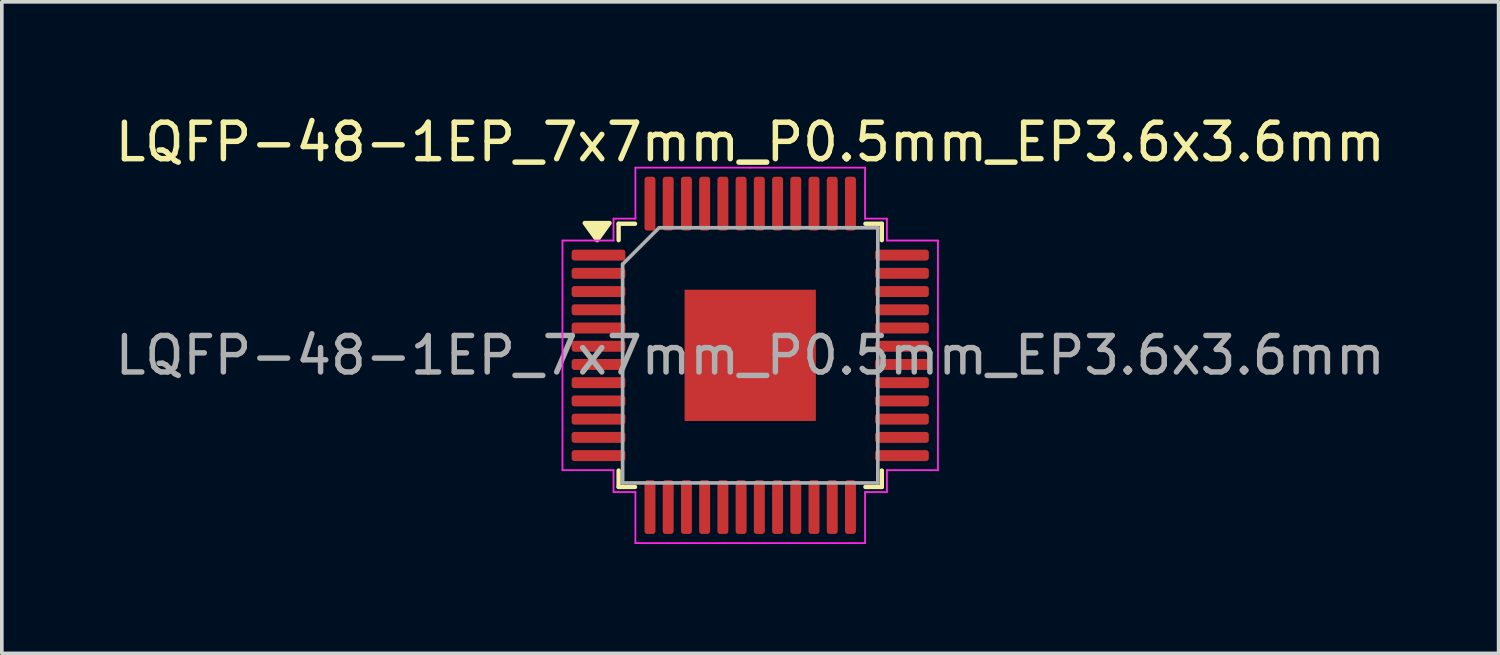
<source format=kicad_pcb>
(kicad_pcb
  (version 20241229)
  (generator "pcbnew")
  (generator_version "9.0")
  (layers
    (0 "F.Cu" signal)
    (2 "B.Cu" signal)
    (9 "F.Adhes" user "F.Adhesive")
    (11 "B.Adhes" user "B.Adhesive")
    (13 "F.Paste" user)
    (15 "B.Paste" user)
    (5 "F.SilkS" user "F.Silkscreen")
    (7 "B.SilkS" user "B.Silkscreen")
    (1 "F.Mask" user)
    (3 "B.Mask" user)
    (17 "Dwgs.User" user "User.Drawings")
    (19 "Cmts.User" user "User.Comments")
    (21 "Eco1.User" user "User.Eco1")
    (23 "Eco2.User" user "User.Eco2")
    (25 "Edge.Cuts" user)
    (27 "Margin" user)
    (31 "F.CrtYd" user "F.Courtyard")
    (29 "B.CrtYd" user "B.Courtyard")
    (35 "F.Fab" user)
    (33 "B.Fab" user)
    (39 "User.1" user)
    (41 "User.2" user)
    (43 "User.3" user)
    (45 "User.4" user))
  (footprint "LQFP-48-1EP_7x7mm_P0.5mm_EP3.6x3.6mm"
    (layer "F.Cu")
    (at 17.53 6.698)
    (property "Reference" "LQFP-48-1EP_7x7mm_P0.5mm_EP3.6x3.6mm" (at 0 -5.85 0) (layer "F.SilkS") (effects (font (size 1 1) (thickness 0.15))))
    (attr smd)
    (fp_line (start -3.61 -3.61) (end -3.61 -3.16) (stroke (width 0.12) (type solid)) (layer "F.SilkS"))
    (fp_line (start -3.61 3.61) (end -3.61 3.16) (stroke (width 0.12) (type solid)) (layer "F.SilkS"))
    (fp_line (start -3.16 -3.61) (end -3.61 -3.61) (stroke (width 0.12) (type solid)) (layer "F.SilkS"))
    (fp_line (start -3.16 3.61) (end -3.61 3.61) (stroke (width 0.12) (type solid)) (layer "F.SilkS"))
    (fp_line (start 3.16 -3.61) (end 3.61 -3.61) (stroke (width 0.12) (type solid)) (layer "F.SilkS"))
    (fp_line (start 3.16 3.61) (end 3.61 3.61) (stroke (width 0.12) (type solid)) (layer "F.SilkS"))
    (fp_line (start 3.61 -3.61) (end 3.61 -3.16) (stroke (width 0.12) (type solid)) (layer "F.SilkS"))
    (fp_line (start 3.61 3.61) (end 3.61 3.16) (stroke (width 0.12) (type solid)) (layer "F.SilkS"))
    (fp_poly (pts (xy -4.2 -3.16) (xy -4.54 -3.63) (xy -3.86 -3.63) (xy -4.2 -3.16)) (stroke (width 0.12) (type solid)) (fill yes) (layer "F.SilkS"))
    (fp_line (start -5.15 -3.15) (end -5.15 0) (stroke (width 0.05) (type solid)) (layer "F.CrtYd"))
    (fp_line (start -5.15 3.15) (end -5.15 0) (stroke (width 0.05) (type solid)) (layer "F.CrtYd"))
    (fp_line (start -3.75 -3.75) (end -3.75 -3.15) (stroke (width 0.05) (type solid)) (layer "F.CrtYd"))
    (fp_line (start -3.75 -3.15) (end -5.15 -3.15) (stroke (width 0.05) (type solid)) (layer "F.CrtYd"))
    (fp_line (start -3.75 3.15) (end -5.15 3.15) (stroke (width 0.05) (type solid)) (layer "F.CrtYd"))
    (fp_line (start -3.75 3.75) (end -3.75 3.15) (stroke (width 0.05) (type solid)) (layer "F.CrtYd"))
    (fp_line (start -3.15 -5.15) (end -3.15 -3.75) (stroke (width 0.05) (type solid)) (layer "F.CrtYd"))
    (fp_line (start -3.15 -3.75) (end -3.75 -3.75) (stroke (width 0.05) (type solid)) (layer "F.CrtYd"))
    (fp_line (start -3.15 3.75) (end -3.75 3.75) (stroke (width 0.05) (type solid)) (layer "F.CrtYd"))
    (fp_line (start -3.15 5.15) (end -3.15 3.75) (stroke (width 0.05) (type solid)) (layer "F.CrtYd"))
    (fp_line (start 0 -5.15) (end -3.15 -5.15) (stroke (width 0.05) (type solid)) (layer "F.CrtYd"))
    (fp_line (start 0 -5.15) (end 3.15 -5.15) (stroke (width 0.05) (type solid)) (layer "F.CrtYd"))
    (fp_line (start 0 5.15) (end -3.15 5.15) (stroke (width 0.05) (type solid)) (layer "F.CrtYd"))
    (fp_line (start 0 5.15) (end 3.15 5.15) (stroke (width 0.05) (type solid)) (layer "F.CrtYd"))
    (fp_line (start 3.15 -5.15) (end 3.15 -3.75) (stroke (width 0.05) (type solid)) (layer "F.CrtYd"))
    (fp_line (start 3.15 -3.75) (end 3.75 -3.75) (stroke (width 0.05) (type solid)) (layer "F.CrtYd"))
    (fp_line (start 3.15 3.75) (end 3.75 3.75) (stroke (width 0.05) (type solid)) (layer "F.CrtYd"))
    (fp_line (start 3.15 5.15) (end 3.15 3.75) (stroke (width 0.05) (type solid)) (layer "F.CrtYd"))
    (fp_line (start 3.75 -3.75) (end 3.75 -3.15) (stroke (width 0.05) (type solid)) (layer "F.CrtYd"))
    (fp_line (start 3.75 -3.15) (end 5.15 -3.15) (stroke (width 0.05) (type solid)) (layer "F.CrtYd"))
    (fp_line (start 3.75 3.15) (end 5.15 3.15) (stroke (width 0.05) (type solid)) (layer "F.CrtYd"))
    (fp_line (start 3.75 3.75) (end 3.75 3.15) (stroke (width 0.05) (type solid)) (layer "F.CrtYd"))
    (fp_line (start 5.15 -3.15) (end 5.15 0) (stroke (width 0.05) (type solid)) (layer "F.CrtYd"))
    (fp_line (start 5.15 3.15) (end 5.15 0) (stroke (width 0.05) (type solid)) (layer "F.CrtYd"))
    (fp_line (start -3.5 -2.5) (end -2.5 -3.5) (stroke (width 0.1) (type solid)) (layer "F.Fab"))
    (fp_line (start -3.5 3.5) (end -3.5 -2.5) (stroke (width 0.1) (type solid)) (layer "F.Fab"))
    (fp_line (start -2.5 -3.5) (end 3.5 -3.5) (stroke (width 0.1) (type solid)) (layer "F.Fab"))
    (fp_line (start 3.5 -3.5) (end 3.5 3.5) (stroke (width 0.1) (type solid)) (layer "F.Fab"))
    (fp_line (start 3.5 3.5) (end -3.5 3.5) (stroke (width 0.1) (type solid)) (layer "F.Fab"))
    (fp_text user "${REFERENCE}" (at 0 0 0) (layer "F.Fab") (effects (font (size 1 1) (thickness 0.15))))
    (pad "" smd roundrect (at -1.2 -1.2) (size 0.97 0.97) (layers "F.Paste") (roundrect_rratio 0.25))
    (pad "" smd roundrect (at -1.2 0) (size 0.97 0.97) (layers "F.Paste") (roundrect_rratio 0.25))
    (pad "" smd roundrect (at -1.2 1.2) (size 0.97 0.97) (layers "F.Paste") (roundrect_rratio 0.25))
    (pad "" smd roundrect (at 0 -1.2) (size 0.97 0.97) (layers "F.Paste") (roundrect_rratio 0.25))
    (pad "" smd roundrect (at 0 0) (size 0.97 0.97) (layers "F.Paste") (roundrect_rratio 0.25))
    (pad "" smd roundrect (at 0 1.2) (size 0.97 0.97) (layers "F.Paste") (roundrect_rratio 0.25))
    (pad "" smd roundrect (at 1.2 -1.2) (size 0.97 0.97) (layers "F.Paste") (roundrect_rratio 0.25))
    (pad "" smd roundrect (at 1.2 0) (size 0.97 0.97) (layers "F.Paste") (roundrect_rratio 0.25))
    (pad "" smd roundrect (at 1.2 1.2) (size 0.97 0.97) (layers "F.Paste") (roundrect_rratio 0.25))
    (pad "1" smd roundrect (at -4.162 -2.75) (size 1.475 0.3) (layers "F.Cu" "F.Mask" "F.Paste") (roundrect_rratio 0.25))
    (pad "2" smd roundrect (at -4.162 -2.25) (size 1.475 0.3) (layers "F.Cu" "F.Mask" "F.Paste") (roundrect_rratio 0.25))
    (pad "3" smd roundrect (at -4.162 -1.75) (size 1.475 0.3) (layers "F.Cu" "F.Mask" "F.Paste") (roundrect_rratio 0.25))
    (pad "4" smd roundrect (at -4.162 -1.25) (size 1.475 0.3) (layers "F.Cu" "F.Mask" "F.Paste") (roundrect_rratio 0.25))
    (pad "5" smd roundrect (at -4.162 -0.75) (size 1.475 0.3) (layers "F.Cu" "F.Mask" "F.Paste") (roundrect_rratio 0.25))
    (pad "6" smd roundrect (at -4.162 -0.25) (size 1.475 0.3) (layers "F.Cu" "F.Mask" "F.Paste") (roundrect_rratio 0.25))
    (pad "7" smd roundrect (at -4.162 0.25) (size 1.475 0.3) (layers "F.Cu" "F.Mask" "F.Paste") (roundrect_rratio 0.25))
    (pad "8" smd roundrect (at -4.162 0.75) (size 1.475 0.3) (layers "F.Cu" "F.Mask" "F.Paste") (roundrect_rratio 0.25))
    (pad "9" smd roundrect (at -4.162 1.25) (size 1.475 0.3) (layers "F.Cu" "F.Mask" "F.Paste") (roundrect_rratio 0.25))
    (pad "10" smd roundrect (at -4.162 1.75) (size 1.475 0.3) (layers "F.Cu" "F.Mask" "F.Paste") (roundrect_rratio 0.25))
    (pad "11" smd roundrect (at -4.162 2.25) (size 1.475 0.3) (layers "F.Cu" "F.Mask" "F.Paste") (roundrect_rratio 0.25))
    (pad "12" smd roundrect (at -4.162 2.75) (size 1.475 0.3) (layers "F.Cu" "F.Mask" "F.Paste") (roundrect_rratio 0.25))
    (pad "13" smd roundrect (at -2.75 4.162) (size 0.3 1.475) (layers "F.Cu" "F.Mask" "F.Paste") (roundrect_rratio 0.25))
    (pad "14" smd roundrect (at -2.25 4.162) (size 0.3 1.475) (layers "F.Cu" "F.Mask" "F.Paste") (roundrect_rratio 0.25))
    (pad "15" smd roundrect (at -1.75 4.162) (size 0.3 1.475) (layers "F.Cu" "F.Mask" "F.Paste") (roundrect_rratio 0.25))
    (pad "16" smd roundrect (at -1.25 4.162) (size 0.3 1.475) (layers "F.Cu" "F.Mask" "F.Paste") (roundrect_rratio 0.25))
    (pad "17" smd roundrect (at -0.75 4.162) (size 0.3 1.475) (layers "F.Cu" "F.Mask" "F.Paste") (roundrect_rratio 0.25))
    (pad "18" smd roundrect (at -0.25 4.162) (size 0.3 1.475) (layers "F.Cu" "F.Mask" "F.Paste") (roundrect_rratio 0.25))
    (pad "19" smd roundrect (at 0.25 4.162) (size 0.3 1.475) (layers "F.Cu" "F.Mask" "F.Paste") (roundrect_rratio 0.25))
    (pad "20" smd roundrect (at 0.75 4.162) (size 0.3 1.475) (layers "F.Cu" "F.Mask" "F.Paste") (roundrect_rratio 0.25))
    (pad "21" smd roundrect (at 1.25 4.162) (size 0.3 1.475) (layers "F.Cu" "F.Mask" "F.Paste") (roundrect_rratio 0.25))
    (pad "22" smd roundrect (at 1.75 4.162) (size 0.3 1.475) (layers "F.Cu" "F.Mask" "F.Paste") (roundrect_rratio 0.25))
    (pad "23" smd roundrect (at 2.25 4.162) (size 0.3 1.475) (layers "F.Cu" "F.Mask" "F.Paste") (roundrect_rratio 0.25))
    (pad "24" smd roundrect (at 2.75 4.162) (size 0.3 1.475) (layers "F.Cu" "F.Mask" "F.Paste") (roundrect_rratio 0.25))
    (pad "25" smd roundrect (at 4.162 2.75) (size 1.475 0.3) (layers "F.Cu" "F.Mask" "F.Paste") (roundrect_rratio 0.25))
    (pad "26" smd roundrect (at 4.162 2.25) (size 1.475 0.3) (layers "F.Cu" "F.Mask" "F.Paste") (roundrect_rratio 0.25))
    (pad "27" smd roundrect (at 4.162 1.75) (size 1.475 0.3) (layers "F.Cu" "F.Mask" "F.Paste") (roundrect_rratio 0.25))
    (pad "28" smd roundrect (at 4.162 1.25) (size 1.475 0.3) (layers "F.Cu" "F.Mask" "F.Paste") (roundrect_rratio 0.25))
    (pad "29" smd roundrect (at 4.162 0.75) (size 1.475 0.3) (layers "F.Cu" "F.Mask" "F.Paste") (roundrect_rratio 0.25))
    (pad "30" smd roundrect (at 4.162 0.25) (size 1.475 0.3) (layers "F.Cu" "F.Mask" "F.Paste") (roundrect_rratio 0.25))
    (pad "31" smd roundrect (at 4.162 -0.25) (size 1.475 0.3) (layers "F.Cu" "F.Mask" "F.Paste") (roundrect_rratio 0.25))
    (pad "32" smd roundrect (at 4.162 -0.75) (size 1.475 0.3) (layers "F.Cu" "F.Mask" "F.Paste") (roundrect_rratio 0.25))
    (pad "33" smd roundrect (at 4.162 -1.25) (size 1.475 0.3) (layers "F.Cu" "F.Mask" "F.Paste") (roundrect_rratio 0.25))
    (pad "34" smd roundrect (at 4.162 -1.75) (size 1.475 0.3) (layers "F.Cu" "F.Mask" "F.Paste") (roundrect_rratio 0.25))
    (pad "35" smd roundrect (at 4.162 -2.25) (size 1.475 0.3) (layers "F.Cu" "F.Mask" "F.Paste") (roundrect_rratio 0.25))
    (pad "36" smd roundrect (at 4.162 -2.75) (size 1.475 0.3) (layers "F.Cu" "F.Mask" "F.Paste") (roundrect_rratio 0.25))
    (pad "37" smd roundrect (at 2.75 -4.162) (size 0.3 1.475) (layers "F.Cu" "F.Mask" "F.Paste") (roundrect_rratio 0.25))
    (pad "38" smd roundrect (at 2.25 -4.162) (size 0.3 1.475) (layers "F.Cu" "F.Mask" "F.Paste") (roundrect_rratio 0.25))
    (pad "39" smd roundrect (at 1.75 -4.162) (size 0.3 1.475) (layers "F.Cu" "F.Mask" "F.Paste") (roundrect_rratio 0.25))
    (pad "40" smd roundrect (at 1.25 -4.162) (size 0.3 1.475) (layers "F.Cu" "F.Mask" "F.Paste") (roundrect_rratio 0.25))
    (pad "41" smd roundrect (at 0.75 -4.162) (size 0.3 1.475) (layers "F.Cu" "F.Mask" "F.Paste") (roundrect_rratio 0.25))
    (pad "42" smd roundrect (at 0.25 -4.162) (size 0.3 1.475) (layers "F.Cu" "F.Mask" "F.Paste") (roundrect_rratio 0.25))
    (pad "43" smd roundrect (at -0.25 -4.162) (size 0.3 1.475) (layers "F.Cu" "F.Mask" "F.Paste") (roundrect_rratio 0.25))
    (pad "44" smd roundrect (at -0.75 -4.162) (size 0.3 1.475) (layers "F.Cu" "F.Mask" "F.Paste") (roundrect_rratio 0.25))
    (pad "45" smd roundrect (at -1.25 -4.162) (size 0.3 1.475) (layers "F.Cu" "F.Mask" "F.Paste") (roundrect_rratio 0.25))
    (pad "46" smd roundrect (at -1.75 -4.162) (size 0.3 1.475) (layers "F.Cu" "F.Mask" "F.Paste") (roundrect_rratio 0.25))
    (pad "47" smd roundrect (at -2.25 -4.162) (size 0.3 1.475) (layers "F.Cu" "F.Mask" "F.Paste") (roundrect_rratio 0.25))
    (pad "48" smd roundrect (at -2.75 -4.162) (size 0.3 1.475) (layers "F.Cu" "F.Mask" "F.Paste") (roundrect_rratio 0.25))
    (pad "49" smd rect (at 0 0) (size 3.6 3.6) (property pad_prop_heatsink) (layers "F.Cu" "F.Mask")))
  (gr_rect
    (start -3 -3)
    (end 38.06 14.873)
    (stroke (width 0.1) (type default))
    (fill no)
    (layer "Edge.Cuts")))
</source>
